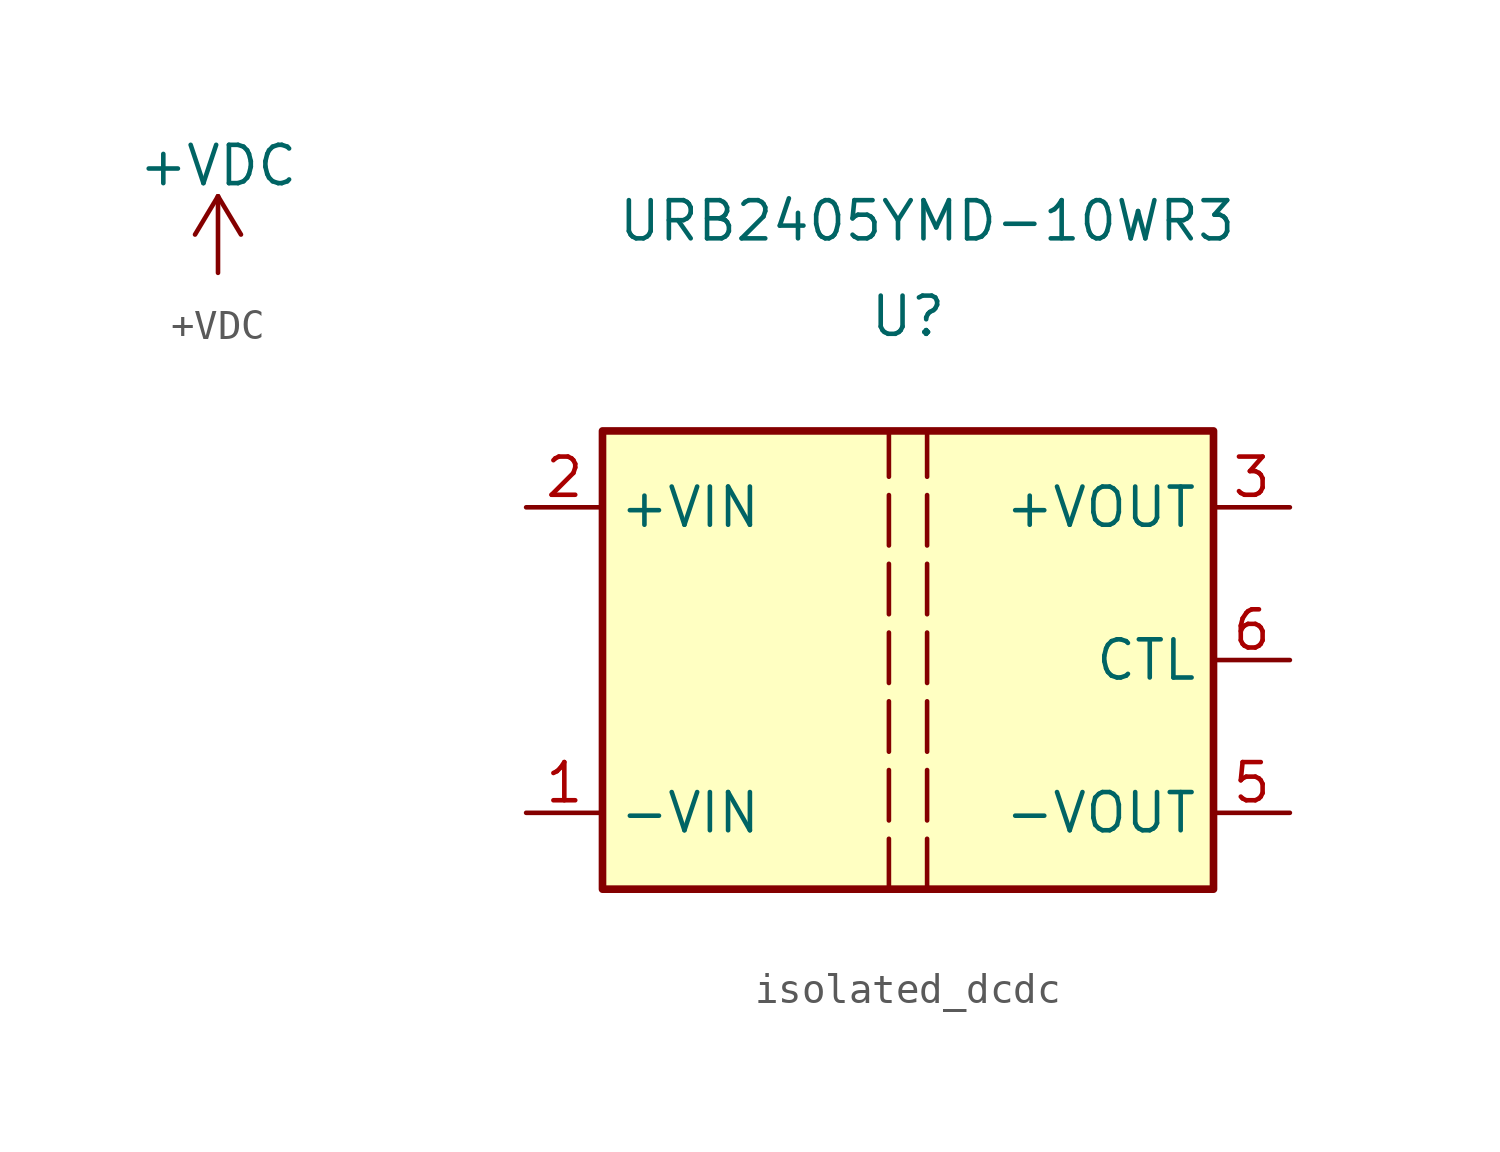
<source format=kicad_sym>
(kicad_symbol_lib
  (version 20220914)
  (generator kicad_symbol_editor)
  (symbol "+VDC"
    (power)
    (pin_names
      (offset 0))
    (property "Reference" "#PWR"
      (at 5.08 0 0)
      (effects (font (size 1.27 1.27)) hide))
    (property "Value" "+VDC"
      (at 0 3.556 0)
      (effects (font (size 1.27 1.27))))
    (symbol "+VDC_0_1"
      (polyline (pts (xy -0.762 1.27) (xy 0 2.54)) (stroke (width 0) (type default)) (fill (type none)))
      (polyline (pts (xy 0 0) (xy 0 2.54)) (stroke (width 0) (type default)) (fill (type none)))
      (polyline (pts (xy 0 2.54) (xy 0.762 1.27)) (stroke (width 0) (type default)) (fill (type none))))
    (symbol "+VDC_1_1"
      (pin power_in line (at 0 0 90) (length 0) hide (name "+VDC" (effects (font (size 1.27 1.27)))) (number "1" (effects (font (size 1.27 1.27)))))))
  (symbol "isolated_dcdc"
    (property "Reference" "U"
      (at 0 11.43 0)
      (effects (font (size 1.27 1.27))))
    (property "Value" "URB2405YMD-10WR3"
      (at 0.635 14.605 0)
      (effects (font (size 1.27 1.27))))
    (symbol "isolated_dcdc_0_1"
      (rectangle (start -10.16 7.62) (end 10.16 -7.62) (stroke (width 0.254) (type default)) (fill (type background))))
    (symbol "isolated_dcdc_1_1"
      (polyline (pts (xy -0.635 -7.62) (xy -0.635 7.62)) (stroke (width 0) (type dash)) (fill (type none)))
      (polyline (pts (xy 0.635 -7.62) (xy 0.635 7.62)) (stroke (width 0) (type dash)) (fill (type none)))
      (pin power_in line (at -12.7 -5.08 0) (length 2.54) (name "-VIN" (effects (font (size 1.27 1.27)))) (number "1" (effects (font (size 1.27 1.27)))))
      (pin power_in line (at -12.7 5.08 0) (length 2.54) (name "+VIN" (effects (font (size 1.27 1.27)))) (number "2" (effects (font (size 1.27 1.27)))))
      (pin power_out line (at 12.7 5.08 180) (length 2.54) (name "+VOUT" (effects (font (size 1.27 1.27)))) (number "3" (effects (font (size 1.27 1.27)))))
      (pin power_out line (at 12.7 -5.08 180) (length 2.54) (name "-VOUT" (effects (font (size 1.27 1.27)))) (number "5" (effects (font (size 1.27 1.27)))))
      (pin input line (at 12.7 0 180) (length 2.54) (name "CTL" (effects (font (size 1.27 1.27)))) (number "6" (effects (font (size 1.27 1.27))))))))
</source>
